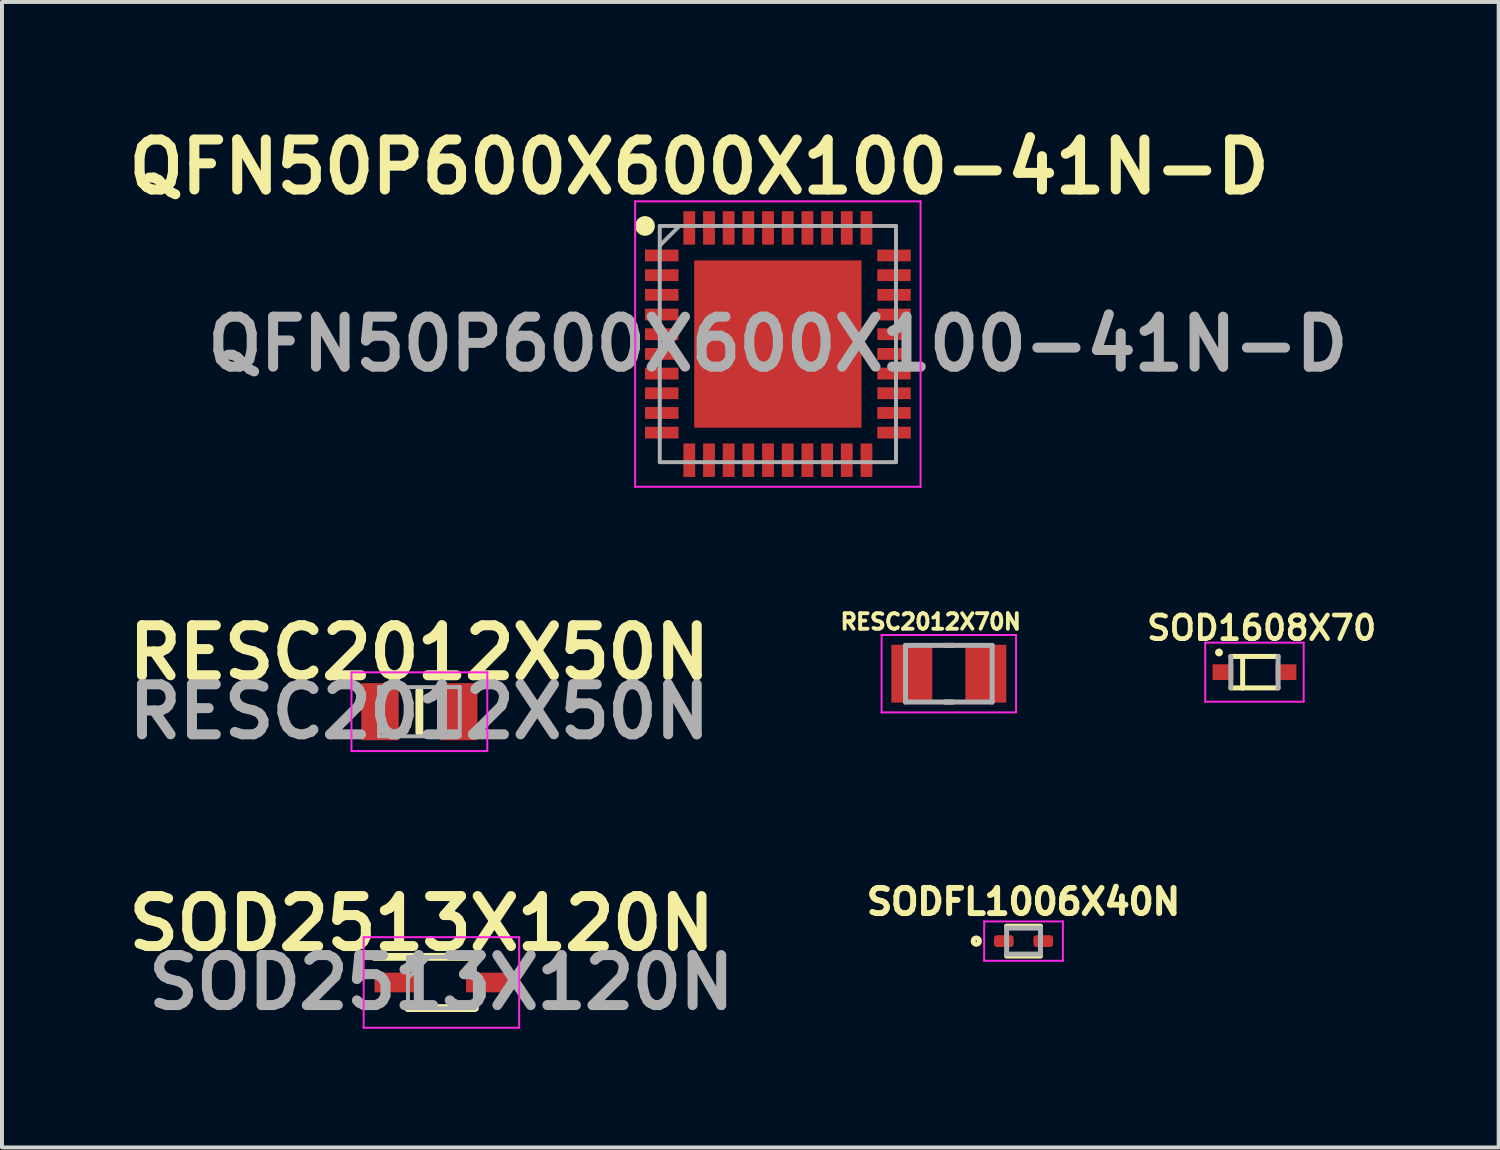
<source format=kicad_pcb>
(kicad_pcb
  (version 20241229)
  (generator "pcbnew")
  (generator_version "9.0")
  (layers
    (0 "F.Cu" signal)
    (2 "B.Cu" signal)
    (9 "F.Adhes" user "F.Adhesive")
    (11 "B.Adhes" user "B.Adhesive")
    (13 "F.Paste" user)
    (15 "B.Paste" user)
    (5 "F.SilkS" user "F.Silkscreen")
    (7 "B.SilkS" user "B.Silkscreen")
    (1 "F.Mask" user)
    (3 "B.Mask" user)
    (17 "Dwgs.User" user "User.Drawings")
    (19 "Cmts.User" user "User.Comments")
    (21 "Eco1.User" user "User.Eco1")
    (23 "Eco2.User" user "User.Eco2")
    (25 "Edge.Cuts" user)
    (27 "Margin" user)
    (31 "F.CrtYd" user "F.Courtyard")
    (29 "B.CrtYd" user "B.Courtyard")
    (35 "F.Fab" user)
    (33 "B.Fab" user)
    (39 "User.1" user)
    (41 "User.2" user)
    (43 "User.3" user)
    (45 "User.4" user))
  (footprint "SODFL1006X40N"
    (layer "F.Cu")
    (at 22.948 20.854)
    (property "Reference" "SODFL1006X40N" (at 0 -1 0) (layer "F.SilkS") (effects (font (size 0.64 0.64) (thickness 0.15))))
    (attr smd)
    (fp_line (start -0.43 -0.38) (end 0.43 -0.38) (stroke (width 0.127) (type solid)) (layer "F.SilkS"))
    (fp_line (start 0.43 0.38) (end -0.43 0.38) (stroke (width 0.127) (type solid)) (layer "F.SilkS"))
    (fp_circle (center -1.2 0) (end -1.12 0) (stroke (width 0.127) (type solid)) (fill no) (layer "F.SilkS"))
    (fp_line (start -1 -0.5) (end 1 -0.5) (stroke (width 0.05) (type solid)) (layer "F.CrtYd"))
    (fp_line (start -1 0.5) (end -1 -0.5) (stroke (width 0.05) (type solid)) (layer "F.CrtYd"))
    (fp_line (start 1 -0.5) (end 1 0.5) (stroke (width 0.05) (type solid)) (layer "F.CrtYd"))
    (fp_line (start 1 0.5) (end -1 0.5) (stroke (width 0.05) (type solid)) (layer "F.CrtYd"))
    (fp_line (start -0.43 -0.33) (end 0.43 -0.33) (stroke (width 0.127) (type solid)) (layer "F.Fab"))
    (fp_line (start -0.43 0.33) (end -0.43 -0.33) (stroke (width 0.127) (type solid)) (layer "F.Fab"))
    (fp_line (start 0.43 -0.33) (end 0.43 0.33) (stroke (width 0.127) (type solid)) (layer "F.Fab"))
    (fp_line (start 0.43 0.33) (end -0.43 0.33) (stroke (width 0.127) (type solid)) (layer "F.Fab"))
    (pad "1" smd roundrect (at -0.5 0) (size 0.5 0.3) (layers "F.Cu" "F.Mask" "F.Paste") (roundrect_rratio 0.25))
    (pad "2" smd roundrect (at 0.5 0) (size 0.5 0.3) (layers "F.Cu" "F.Mask" "F.Paste") (roundrect_rratio 0.25)))
  (footprint "RESC2012X50N"
    (layer "F.Cu")
    (at 7.602 15.027)
    (property "Reference" "RESC2012X50N" (at 0 -1.5 0) (layer "F.SilkS") (effects (font (size 1.27 1.27) (thickness 0.254))))
    (attr smd)
    (fp_line (start 0 -0.525) (end 0 0.525) (stroke (width 0.2) (type solid)) (layer "F.SilkS"))
    (fp_line (start -1.725 -1) (end 1.725 -1) (stroke (width 0.05) (type solid)) (layer "F.CrtYd"))
    (fp_line (start -1.725 1) (end -1.725 -1) (stroke (width 0.05) (type solid)) (layer "F.CrtYd"))
    (fp_line (start 1.725 -1) (end 1.725 1) (stroke (width 0.05) (type solid)) (layer "F.CrtYd"))
    (fp_line (start 1.725 1) (end -1.725 1) (stroke (width 0.05) (type solid)) (layer "F.CrtYd"))
    (fp_line (start -1.025 -0.625) (end 1.025 -0.625) (stroke (width 0.1) (type solid)) (layer "F.Fab"))
    (fp_line (start -1.025 0.625) (end -1.025 -0.625) (stroke (width 0.1) (type solid)) (layer "F.Fab"))
    (fp_line (start 1.025 -0.625) (end 1.025 0.625) (stroke (width 0.1) (type solid)) (layer "F.Fab"))
    (fp_line (start 1.025 0.625) (end -1.025 0.625) (stroke (width 0.1) (type solid)) (layer "F.Fab"))
    (fp_text user "${REFERENCE}" (at 0 0 0) (layer "F.Fab") (effects (font (size 1.27 1.27) (thickness 0.254))))
    (pad "1" smd rect (at -1 0) (size 0.95 1.45) (layers "F.Cu" "F.Mask" "F.Paste"))
    (pad "2" smd rect (at 1 0) (size 0.95 1.45) (layers "F.Cu" "F.Mask" "F.Paste")))
  (footprint "SOD2513X120N"
    (layer "F.Cu")
    (at 8.162 21.905)
    (property "Reference" "SOD2513X120N" (at -0.5 -1.5 0) (layer "F.SilkS") (effects (font (size 1.27 1.27) (thickness 0.254))))
    (attr smd)
    (fp_line (start -1.7 -0.65) (end 0.85 -0.65) (stroke (width 0.2) (type solid)) (layer "F.SilkS"))
    (fp_line (start -0.85 0.65) (end 0.85 0.65) (stroke (width 0.2) (type solid)) (layer "F.SilkS"))
    (fp_line (start -1.975 -1.15) (end 1.975 -1.15) (stroke (width 0.05) (type solid)) (layer "F.CrtYd"))
    (fp_line (start -1.975 1.15) (end -1.975 -1.15) (stroke (width 0.05) (type solid)) (layer "F.CrtYd"))
    (fp_line (start 1.975 -1.15) (end 1.975 1.15) (stroke (width 0.05) (type solid)) (layer "F.CrtYd"))
    (fp_line (start 1.975 1.15) (end -1.975 1.15) (stroke (width 0.05) (type solid)) (layer "F.CrtYd"))
    (fp_line (start -0.85 -0.65) (end 0.85 -0.65) (stroke (width 0.1) (type solid)) (layer "F.Fab"))
    (fp_line (start -0.85 -0.112) (end -0.312 -0.65) (stroke (width 0.1) (type solid)) (layer "F.Fab"))
    (fp_line (start -0.85 0.65) (end -0.85 -0.65) (stroke (width 0.1) (type solid)) (layer "F.Fab"))
    (fp_line (start 0.85 -0.65) (end 0.85 0.65) (stroke (width 0.1) (type solid)) (layer "F.Fab"))
    (fp_line (start 0.85 0.65) (end -0.85 0.65) (stroke (width 0.1) (type solid)) (layer "F.Fab"))
    (fp_text user "${REFERENCE}" (at 0 0 0) (layer "F.Fab") (effects (font (size 1.27 1.27) (thickness 0.254))))
    (pad "1" smd rect (at -1.162 0 90) (size 0.5 1.075) (layers "F.Cu" "F.Mask" "F.Paste"))
    (pad "2" smd rect (at 1.162 0 90) (size 0.5 1.075) (layers "F.Cu" "F.Mask" "F.Paste")))
  (footprint "RESC2012X70N"
    (layer "F.Cu")
    (at 21.05 14.062)
    (property "Reference" "RESC2012X70N" (at -0.46 -1.32 0) (layer "F.SilkS") (effects (font (size 0.394 0.394) (thickness 0.098))))
    (attr smd)
    (fp_line (start -0.1 -0.72) (end 0.1 -0.72) (stroke (width 0.127) (type solid)) (layer "F.SilkS"))
    (fp_line (start -0.1 0.72) (end 0.1 0.72) (stroke (width 0.127) (type solid)) (layer "F.SilkS"))
    (fp_line (start -1.708 -0.983) (end 1.708 -0.983) (stroke (width 0.05) (type solid)) (layer "F.CrtYd"))
    (fp_line (start -1.708 0.983) (end -1.708 -0.983) (stroke (width 0.05) (type solid)) (layer "F.CrtYd"))
    (fp_line (start -1.708 0.983) (end 1.708 0.983) (stroke (width 0.05) (type solid)) (layer "F.CrtYd"))
    (fp_line (start 1.708 0.983) (end 1.708 -0.983) (stroke (width 0.05) (type solid)) (layer "F.CrtYd"))
    (fp_line (start -1.1 0.72) (end -1.1 -0.72) (stroke (width 0.127) (type solid)) (layer "F.Fab"))
    (fp_line (start 1.1 -0.72) (end -1.1 -0.72) (stroke (width 0.127) (type solid)) (layer "F.Fab"))
    (fp_line (start 1.1 0.72) (end -1.1 0.72) (stroke (width 0.127) (type solid)) (layer "F.Fab"))
    (fp_line (start 1.1 0.72) (end 1.1 -0.72) (stroke (width 0.127) (type solid)) (layer "F.Fab"))
    (pad "1" smd rect (at -0.94 0) (size 1.04 1.47) (layers "F.Cu" "F.Mask" "F.Paste"))
    (pad "2" smd rect (at 0.94 0) (size 1.04 1.47) (layers "F.Cu" "F.Mask" "F.Paste")))
  (footprint "QFN50P600X600X100-41N-D"
    (layer "F.Cu")
    (at 16.708 5.689)
    (property "Reference" "QFN50P600X600X100-41N-D" (at -2 -4.5 0) (layer "F.SilkS") (effects (font (size 1.27 1.27) (thickness 0.254))))
    (attr smd)
    (fp_circle (center -3.375 -3) (end -3.375 -2.875) (stroke (width 0.25) (type solid)) (fill no) (layer "F.SilkS"))
    (fp_line (start -3.625 -3.625) (end 3.625 -3.625) (stroke (width 0.05) (type solid)) (layer "F.CrtYd"))
    (fp_line (start -3.625 3.625) (end -3.625 -3.625) (stroke (width 0.05) (type solid)) (layer "F.CrtYd"))
    (fp_line (start 3.625 -3.625) (end 3.625 3.625) (stroke (width 0.05) (type solid)) (layer "F.CrtYd"))
    (fp_line (start 3.625 3.625) (end -3.625 3.625) (stroke (width 0.05) (type solid)) (layer "F.CrtYd"))
    (fp_line (start -3 -3) (end 3 -3) (stroke (width 0.1) (type solid)) (layer "F.Fab"))
    (fp_line (start -3 -2.5) (end -2.5 -3) (stroke (width 0.1) (type solid)) (layer "F.Fab"))
    (fp_line (start -3 3) (end -3 -3) (stroke (width 0.1) (type solid)) (layer "F.Fab"))
    (fp_line (start 3 -3) (end 3 3) (stroke (width 0.1) (type solid)) (layer "F.Fab"))
    (fp_line (start 3 3) (end -3 3) (stroke (width 0.1) (type solid)) (layer "F.Fab"))
    (fp_text user "${REFERENCE}" (at 0 0 0) (layer "F.Fab") (effects (font (size 1.27 1.27) (thickness 0.254))))
    (pad "1" smd rect (at -2.95 -2.25 90) (size 0.3 0.85) (layers "F.Cu" "F.Mask" "F.Paste"))
    (pad "2" smd rect (at -2.95 -1.75 90) (size 0.3 0.85) (layers "F.Cu" "F.Mask" "F.Paste"))
    (pad "3" smd rect (at -2.95 -1.25 90) (size 0.3 0.85) (layers "F.Cu" "F.Mask" "F.Paste"))
    (pad "4" smd rect (at -2.95 -0.75 90) (size 0.3 0.85) (layers "F.Cu" "F.Mask" "F.Paste"))
    (pad "5" smd rect (at -2.95 -0.25 90) (size 0.3 0.85) (layers "F.Cu" "F.Mask" "F.Paste"))
    (pad "6" smd rect (at -2.95 0.25 90) (size 0.3 0.85) (layers "F.Cu" "F.Mask" "F.Paste"))
    (pad "7" smd rect (at -2.95 0.75 90) (size 0.3 0.85) (layers "F.Cu" "F.Mask" "F.Paste"))
    (pad "8" smd rect (at -2.95 1.25 90) (size 0.3 0.85) (layers "F.Cu" "F.Mask" "F.Paste"))
    (pad "9" smd rect (at -2.95 1.75 90) (size 0.3 0.85) (layers "F.Cu" "F.Mask" "F.Paste"))
    (pad "10" smd rect (at -2.95 2.25 90) (size 0.3 0.85) (layers "F.Cu" "F.Mask" "F.Paste"))
    (pad "11" smd rect (at -2.25 2.95) (size 0.3 0.85) (layers "F.Cu" "F.Mask" "F.Paste"))
    (pad "12" smd rect (at -1.75 2.95) (size 0.3 0.85) (layers "F.Cu" "F.Mask" "F.Paste"))
    (pad "13" smd rect (at -1.25 2.95) (size 0.3 0.85) (layers "F.Cu" "F.Mask" "F.Paste"))
    (pad "14" smd rect (at -0.75 2.95) (size 0.3 0.85) (layers "F.Cu" "F.Mask" "F.Paste"))
    (pad "15" smd rect (at -0.25 2.95) (size 0.3 0.85) (layers "F.Cu" "F.Mask" "F.Paste"))
    (pad "16" smd rect (at 0.25 2.95) (size 0.3 0.85) (layers "F.Cu" "F.Mask" "F.Paste"))
    (pad "17" smd rect (at 0.75 2.95) (size 0.3 0.85) (layers "F.Cu" "F.Mask" "F.Paste"))
    (pad "18" smd rect (at 1.25 2.95) (size 0.3 0.85) (layers "F.Cu" "F.Mask" "F.Paste"))
    (pad "19" smd rect (at 1.75 2.95) (size 0.3 0.85) (layers "F.Cu" "F.Mask" "F.Paste"))
    (pad "20" smd rect (at 2.25 2.95) (size 0.3 0.85) (layers "F.Cu" "F.Mask" "F.Paste"))
    (pad "21" smd rect (at 2.95 2.25 90) (size 0.3 0.85) (layers "F.Cu" "F.Mask" "F.Paste"))
    (pad "22" smd rect (at 2.95 1.75 90) (size 0.3 0.85) (layers "F.Cu" "F.Mask" "F.Paste"))
    (pad "23" smd rect (at 2.95 1.25 90) (size 0.3 0.85) (layers "F.Cu" "F.Mask" "F.Paste"))
    (pad "24" smd rect (at 2.95 0.75 90) (size 0.3 0.85) (layers "F.Cu" "F.Mask" "F.Paste"))
    (pad "25" smd rect (at 2.95 0.25 90) (size 0.3 0.85) (layers "F.Cu" "F.Mask" "F.Paste"))
    (pad "26" smd rect (at 2.95 -0.25 90) (size 0.3 0.85) (layers "F.Cu" "F.Mask" "F.Paste"))
    (pad "27" smd rect (at 2.95 -0.75 90) (size 0.3 0.85) (layers "F.Cu" "F.Mask" "F.Paste"))
    (pad "28" smd rect (at 2.95 -1.25 90) (size 0.3 0.85) (layers "F.Cu" "F.Mask" "F.Paste"))
    (pad "29" smd rect (at 2.95 -1.75 90) (size 0.3 0.85) (layers "F.Cu" "F.Mask" "F.Paste"))
    (pad "30" smd rect (at 2.95 -2.25 90) (size 0.3 0.85) (layers "F.Cu" "F.Mask" "F.Paste"))
    (pad "31" smd rect (at 2.25 -2.95) (size 0.3 0.85) (layers "F.Cu" "F.Mask" "F.Paste"))
    (pad "32" smd rect (at 1.75 -2.95) (size 0.3 0.85) (layers "F.Cu" "F.Mask" "F.Paste"))
    (pad "33" smd rect (at 1.25 -2.95) (size 0.3 0.85) (layers "F.Cu" "F.Mask" "F.Paste"))
    (pad "34" smd rect (at 0.75 -2.95) (size 0.3 0.85) (layers "F.Cu" "F.Mask" "F.Paste"))
    (pad "35" smd rect (at 0.25 -2.95) (size 0.3 0.85) (layers "F.Cu" "F.Mask" "F.Paste"))
    (pad "36" smd rect (at -0.25 -2.95) (size 0.3 0.85) (layers "F.Cu" "F.Mask" "F.Paste"))
    (pad "37" smd rect (at -0.75 -2.95) (size 0.3 0.85) (layers "F.Cu" "F.Mask" "F.Paste"))
    (pad "38" smd rect (at -1.25 -2.95) (size 0.3 0.85) (layers "F.Cu" "F.Mask" "F.Paste"))
    (pad "39" smd rect (at -1.75 -2.95) (size 0.3 0.85) (layers "F.Cu" "F.Mask" "F.Paste"))
    (pad "40" smd rect (at -2.25 -2.95) (size 0.3 0.85) (layers "F.Cu" "F.Mask" "F.Paste"))
    (pad "41" smd rect (at 0 0) (size 4.25 4.25) (layers "F.Cu" "F.Mask" "F.Paste")))
  (footprint "SOD1608X70"
    (layer "F.Cu")
    (at 28.813 14.023)
    (property "Reference" "SOD1608X70" (at 0.183 -1.123 0) (layer "F.SilkS") (effects (font (size 0.6 0.6) (thickness 0.12))))
    (attr smd)
    (fp_line (start -0.6 -0.4) (end -0.3 -0.4) (stroke (width 0.127) (type solid)) (layer "F.SilkS"))
    (fp_line (start -0.3 -0.4) (end -0.3 0.4) (stroke (width 0.127) (type solid)) (layer "F.SilkS"))
    (fp_line (start -0.3 -0.4) (end 0.6 -0.4) (stroke (width 0.127) (type solid)) (layer "F.SilkS"))
    (fp_line (start -0.3 0.4) (end -0.6 0.4) (stroke (width 0.127) (type solid)) (layer "F.SilkS"))
    (fp_line (start 0.6 0.4) (end -0.3 0.4) (stroke (width 0.127) (type solid)) (layer "F.SilkS"))
    (fp_circle (center -0.9 -0.5) (end -0.8 -0.5) (stroke (width 0) (type solid)) (fill yes) (layer "F.SilkS"))
    (fp_line (start -1.25 -0.75) (end 1.25 -0.75) (stroke (width 0.05) (type solid)) (layer "F.CrtYd"))
    (fp_line (start -1.25 0.75) (end -1.25 -0.75) (stroke (width 0.05) (type solid)) (layer "F.CrtYd"))
    (fp_line (start 1.25 -0.75) (end 1.25 0.75) (stroke (width 0.05) (type solid)) (layer "F.CrtYd"))
    (fp_line (start 1.25 0.75) (end -1.25 0.75) (stroke (width 0.05) (type solid)) (layer "F.CrtYd"))
    (fp_line (start -0.6 0.4) (end -0.6 -0.4) (stroke (width 0.127) (type solid)) (layer "F.Fab"))
    (fp_line (start 0.6 -0.4) (end 0.6 0.4) (stroke (width 0.127) (type solid)) (layer "F.Fab"))
    (pad "1" smd rect (at -0.8 0) (size 0.53 0.4) (layers "F.Cu" "F.Mask" "F.Paste"))
    (pad "2" smd rect (at 0.8 0) (size 0.53 0.4) (layers "F.Cu" "F.Mask" "F.Paste")))
  (gr_rect
    (start -3 -3)
    (end 35.016 26.094)
    (stroke (width 0.1) (type default))
    (fill no)
    (layer "Edge.Cuts")))
</source>
